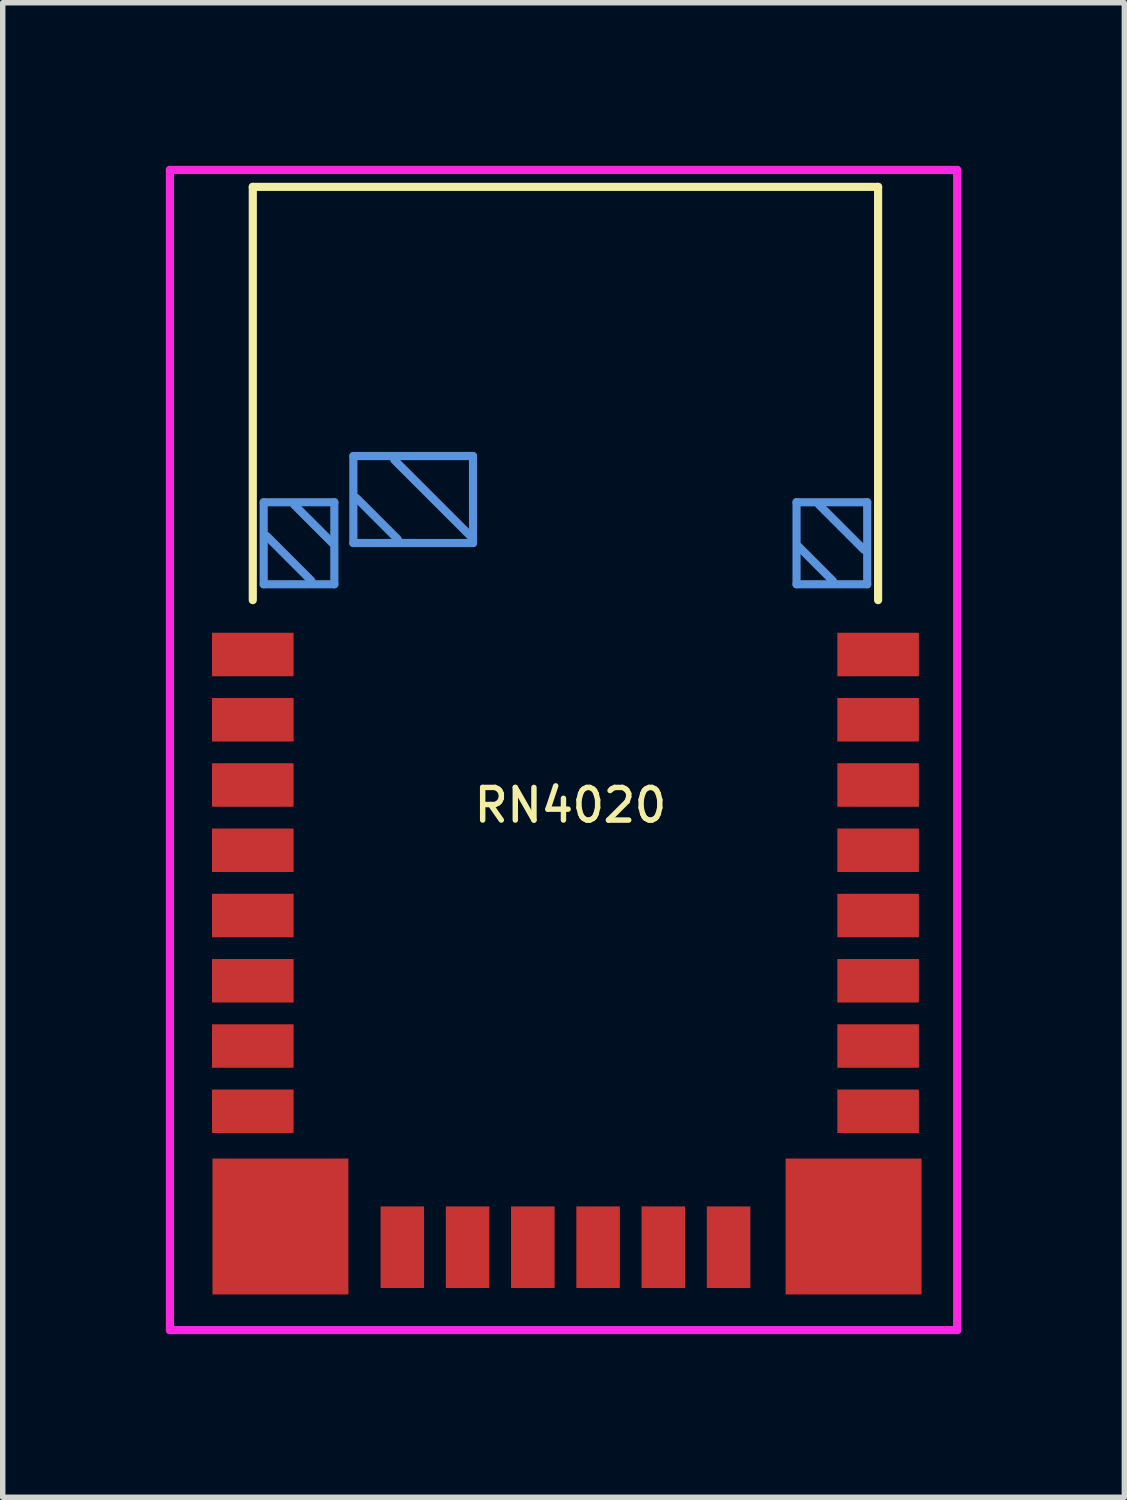
<source format=kicad_pcb>
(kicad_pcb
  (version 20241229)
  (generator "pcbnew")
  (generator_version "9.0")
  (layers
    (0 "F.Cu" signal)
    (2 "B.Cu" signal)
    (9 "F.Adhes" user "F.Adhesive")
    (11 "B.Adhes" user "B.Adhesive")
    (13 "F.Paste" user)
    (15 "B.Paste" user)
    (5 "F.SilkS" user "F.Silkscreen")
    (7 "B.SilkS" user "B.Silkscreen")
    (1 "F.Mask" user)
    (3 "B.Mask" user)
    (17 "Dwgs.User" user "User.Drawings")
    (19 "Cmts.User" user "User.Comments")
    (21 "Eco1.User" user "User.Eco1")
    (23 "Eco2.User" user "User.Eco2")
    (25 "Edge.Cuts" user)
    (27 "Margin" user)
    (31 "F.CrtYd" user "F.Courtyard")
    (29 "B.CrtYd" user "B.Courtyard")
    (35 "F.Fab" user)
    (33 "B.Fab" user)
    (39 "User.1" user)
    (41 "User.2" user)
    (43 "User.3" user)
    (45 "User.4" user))
  (footprint "RN4020"
    (layer "F.Cu")
    (at 1.599 19.887)
    (property "Reference" "RN4020" (at 5.842 -8.128 0) (layer "F.SilkS") (effects (font (size 0.6 0.6) (thickness 0.1))))
    (attr through_hole)
    (fp_line (start 0 -19.5) (end 11.5 -19.5) (stroke (width 0.15) (type solid)) (layer "F.SilkS"))
    (fp_line (start 0 -11.9) (end 0 -19.5) (stroke (width 0.15) (type solid)) (layer "F.SilkS"))
    (fp_line (start 11.5 -19.5) (end 11.5 -11.9) (stroke (width 0.15) (type solid)) (layer "F.SilkS"))
    (fp_line (start 0.2 -13.7) (end 0.2 -12.192) (stroke (width 0.15) (type solid)) (layer "Cmts.User"))
    (fp_line (start 0.2 -12.192) (end 1.5 -12.192) (stroke (width 0.15) (type solid)) (layer "Cmts.User"))
    (fp_line (start 0.254 -13.081) (end 1.079 -12.255) (stroke (width 0.15) (type solid)) (layer "Cmts.User"))
    (fp_line (start 0.762 -13.652) (end 1.46 -12.954) (stroke (width 0.15) (type solid)) (layer "Cmts.User"))
    (fp_line (start 1.5 -13.7) (end 0.2 -13.7) (stroke (width 0.15) (type solid)) (layer "Cmts.User"))
    (fp_line (start 1.5 -12.192) (end 1.5 -13.7) (stroke (width 0.15) (type solid)) (layer "Cmts.User"))
    (fp_line (start 1.85 -14.55) (end 1.85 -12.95) (stroke (width 0.15) (type solid)) (layer "Cmts.User"))
    (fp_line (start 1.85 -12.95) (end 4.05 -12.95) (stroke (width 0.15) (type solid)) (layer "Cmts.User"))
    (fp_line (start 1.905 -13.78) (end 2.667 -13.018) (stroke (width 0.15) (type solid)) (layer "Cmts.User"))
    (fp_line (start 2.603 -14.478) (end 4 -13.081) (stroke (width 0.15) (type solid)) (layer "Cmts.User"))
    (fp_line (start 4.05 -14.55) (end 1.85 -14.55) (stroke (width 0.15) (type solid)) (layer "Cmts.User"))
    (fp_line (start 4.05 -12.95) (end 4.05 -14.55) (stroke (width 0.15) (type solid)) (layer "Cmts.User"))
    (fp_line (start 10 -13.7) (end 10 -12.192) (stroke (width 0.15) (type solid)) (layer "Cmts.User"))
    (fp_line (start 10 -12.192) (end 11.3 -12.192) (stroke (width 0.15) (type solid)) (layer "Cmts.User"))
    (fp_line (start 10.033 -12.89) (end 10.668 -12.255) (stroke (width 0.15) (type solid)) (layer "Cmts.User"))
    (fp_line (start 10.414 -13.652) (end 11.239 -12.827) (stroke (width 0.15) (type solid)) (layer "Cmts.User"))
    (fp_line (start 11.3 -13.7) (end 10 -13.7) (stroke (width 0.15) (type solid)) (layer "Cmts.User"))
    (fp_line (start 11.3 -12.192) (end 11.3 -13.7) (stroke (width 0.15) (type solid)) (layer "Cmts.User"))
    (fp_line (start 12.7 -14.55) (end -1.27 -14.55) (stroke (width 0.15) (type solid)) (layer "Eco1.User"))
    (fp_line (start -1.524 -19.812) (end 12.954 -19.812) (stroke (width 0.15) (type solid)) (layer "F.CrtYd"))
    (fp_line (start -1.524 1.524) (end -1.524 -19.812) (stroke (width 0.15) (type solid)) (layer "F.CrtYd"))
    (fp_line (start 12.954 -19.812) (end 12.954 1.524) (stroke (width 0.15) (type solid)) (layer "F.CrtYd"))
    (fp_line (start 12.954 1.524) (end -1.524 1.524) (stroke (width 0.15) (type solid)) (layer "F.CrtYd"))
    (pad "1" smd rect (at 0 -10.9) (size 1.5 0.8) (layers "F.Cu" "F.Mask" "F.Paste"))
    (pad "2" smd rect (at 0 -9.7) (size 1.5 0.8) (layers "F.Cu" "F.Mask" "F.Paste"))
    (pad "3" smd rect (at 0 -8.5) (size 1.5 0.8) (layers "F.Cu" "F.Mask" "F.Paste"))
    (pad "4" smd rect (at 0 -7.3) (size 1.5 0.8) (layers "F.Cu" "F.Mask" "F.Paste"))
    (pad "5" smd rect (at 0 -6.1) (size 1.5 0.8) (layers "F.Cu" "F.Mask" "F.Paste"))
    (pad "6" smd rect (at 0 -4.9) (size 1.5 0.8) (layers "F.Cu" "F.Mask" "F.Paste"))
    (pad "7" smd rect (at 0 -3.7) (size 1.5 0.8) (layers "F.Cu" "F.Mask" "F.Paste"))
    (pad "8" smd rect (at 0 -2.5) (size 1.5 0.8) (layers "F.Cu" "F.Mask" "F.Paste"))
    (pad "9" smd rect (at 0.508 -0.381) (size 2.5 2.5) (layers "F.Cu" "F.Mask" "F.Paste"))
    (pad "10" smd rect (at 2.75 0) (size 0.8 1.5) (layers "F.Cu" "F.Mask" "F.Paste"))
    (pad "11" smd rect (at 3.95 0) (size 0.8 1.5) (layers "F.Cu" "F.Mask" "F.Paste"))
    (pad "12" smd rect (at 5.15 0) (size 0.8 1.5) (layers "F.Cu" "F.Mask" "F.Paste"))
    (pad "13" smd rect (at 6.35 0) (size 0.8 1.5) (layers "F.Cu" "F.Mask" "F.Paste"))
    (pad "14" smd rect (at 7.55 0) (size 0.8 1.5) (layers "F.Cu" "F.Mask" "F.Paste"))
    (pad "15" smd rect (at 8.75 0) (size 0.8 1.5) (layers "F.Cu" "F.Mask" "F.Paste"))
    (pad "16" smd rect (at 11.049 -0.381) (size 2.5 2.5) (layers "F.Cu" "F.Mask" "F.Paste"))
    (pad "17" smd rect (at 11.5 -2.5) (size 1.5 0.8) (layers "F.Cu" "F.Mask" "F.Paste"))
    (pad "18" smd rect (at 11.5 -3.7) (size 1.5 0.8) (layers "F.Cu" "F.Mask" "F.Paste"))
    (pad "19" smd rect (at 11.5 -4.9) (size 1.5 0.8) (layers "F.Cu" "F.Mask" "F.Paste"))
    (pad "20" smd rect (at 11.5 -6.1) (size 1.5 0.8) (layers "F.Cu" "F.Mask" "F.Paste"))
    (pad "21" smd rect (at 11.5 -7.3) (size 1.5 0.8) (layers "F.Cu" "F.Mask" "F.Paste"))
    (pad "22" smd rect (at 11.5 -8.5) (size 1.5 0.8) (layers "F.Cu" "F.Mask" "F.Paste"))
    (pad "23" smd rect (at 11.5 -9.7) (size 1.5 0.8) (layers "F.Cu" "F.Mask" "F.Paste"))
    (pad "24" smd rect (at 11.5 -10.9) (size 1.5 0.8) (layers "F.Cu" "F.Mask" "F.Paste")))
  (gr_rect
    (start -3 -3)
    (end 17.628 24.486)
    (stroke (width 0.1) (type default))
    (fill no)
    (layer "Edge.Cuts")))
</source>
